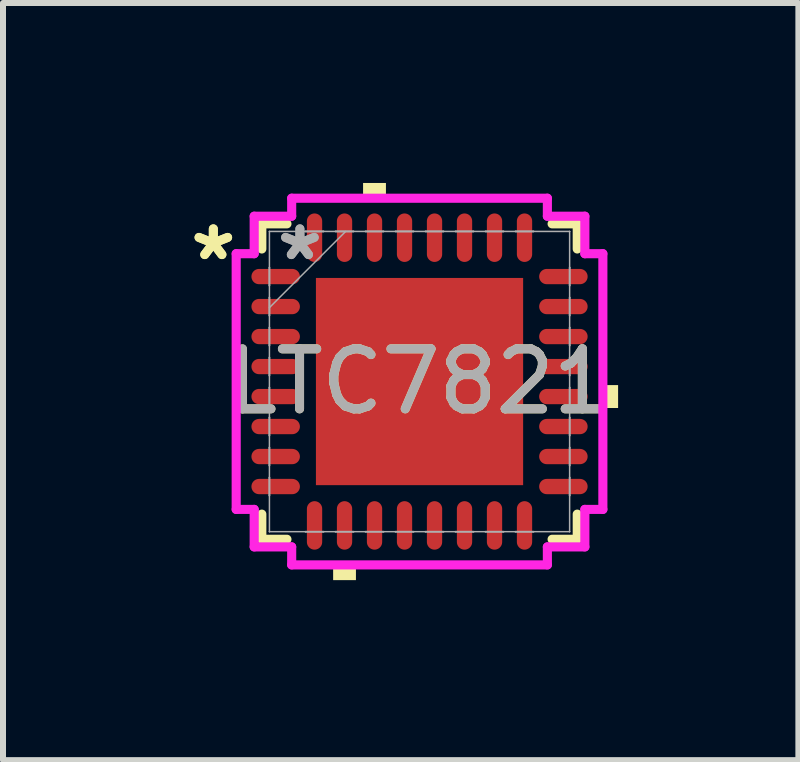
<source format=kicad_pcb>
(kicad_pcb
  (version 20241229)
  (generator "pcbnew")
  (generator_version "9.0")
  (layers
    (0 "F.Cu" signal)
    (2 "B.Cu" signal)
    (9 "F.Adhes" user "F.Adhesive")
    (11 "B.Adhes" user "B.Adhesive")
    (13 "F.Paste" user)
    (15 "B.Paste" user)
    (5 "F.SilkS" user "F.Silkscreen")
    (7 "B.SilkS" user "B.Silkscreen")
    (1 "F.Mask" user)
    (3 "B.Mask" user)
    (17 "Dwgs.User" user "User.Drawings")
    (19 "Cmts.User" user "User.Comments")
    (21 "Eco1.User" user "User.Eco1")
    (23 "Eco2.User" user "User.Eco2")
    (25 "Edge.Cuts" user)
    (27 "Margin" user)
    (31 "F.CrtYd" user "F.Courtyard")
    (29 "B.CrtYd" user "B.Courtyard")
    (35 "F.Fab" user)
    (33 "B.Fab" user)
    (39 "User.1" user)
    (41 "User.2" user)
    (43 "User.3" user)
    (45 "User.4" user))
  (footprint "LTC7821"
    (layer "F.Cu")
    (at 3.943 3.31)
    (property "Reference" "LTC7821" (at 0 0 0) (unlocked yes) (layer "F.SilkS") (effects (font (size 1 1) (thickness 0.15))))
    (attr smd)
    (fp_line (start -2.629 -2.629) (end -2.629 -2.21) (stroke (width 0.152) (type solid)) (layer "F.SilkS"))
    (fp_line (start -2.629 2.21) (end -2.629 2.629) (stroke (width 0.152) (type solid)) (layer "F.SilkS"))
    (fp_line (start -2.629 2.629) (end -2.21 2.629) (stroke (width 0.152) (type solid)) (layer "F.SilkS"))
    (fp_line (start -2.21 -2.629) (end -2.629 -2.629) (stroke (width 0.152) (type solid)) (layer "F.SilkS"))
    (fp_line (start 2.21 2.629) (end 2.629 2.629) (stroke (width 0.152) (type solid)) (layer "F.SilkS"))
    (fp_line (start 2.629 -2.629) (end 2.21 -2.629) (stroke (width 0.152) (type solid)) (layer "F.SilkS"))
    (fp_line (start 2.629 -2.21) (end 2.629 -2.629) (stroke (width 0.152) (type solid)) (layer "F.SilkS"))
    (fp_line (start 2.629 2.629) (end 2.629 2.21) (stroke (width 0.152) (type solid)) (layer "F.SilkS"))
    (fp_poly (pts (xy -1.44 3.056) (xy -1.44 3.31) (xy -1.06 3.31) (xy -1.06 3.056)) (stroke (width 0) (type solid)) (fill yes) (layer "F.SilkS"))
    (fp_poly (pts (xy -0.941 -3.056) (xy -0.941 -3.31) (xy -0.56 -3.31) (xy -0.56 -3.056)) (stroke (width 0) (type solid)) (fill yes) (layer "F.SilkS"))
    (fp_poly (pts (xy 3.31 0.059) (xy 3.31 0.441) (xy 3.056 0.441) (xy 3.056 0.059)) (stroke (width 0) (type solid)) (fill yes) (layer "F.SilkS"))
    (fp_poly (pts (xy -1.627 -1.627) (xy -1.627 -0.1) (xy -0.1 -0.1) (xy -0.1 -1.627)) (stroke (width 0) (type solid)) (fill yes) (layer "F.Paste"))
    (fp_poly (pts (xy -1.627 0.1) (xy -1.627 1.627) (xy -0.1 1.627) (xy -0.1 0.1)) (stroke (width 0) (type solid)) (fill yes) (layer "F.Paste"))
    (fp_poly (pts (xy 0.1 -1.627) (xy 0.1 -0.1) (xy 1.627 -0.1) (xy 1.627 -1.627)) (stroke (width 0) (type solid)) (fill yes) (layer "F.Paste"))
    (fp_poly (pts (xy 0.1 0.1) (xy 0.1 1.627) (xy 1.627 1.627) (xy 1.627 0.1)) (stroke (width 0) (type solid)) (fill yes) (layer "F.Paste"))
    (fp_line (start -3.056 -2.131) (end -2.756 -2.131) (stroke (width 0.152) (type solid)) (layer "F.CrtYd"))
    (fp_line (start -3.056 2.131) (end -3.056 -2.131) (stroke (width 0.152) (type solid)) (layer "F.CrtYd"))
    (fp_line (start -2.756 -2.756) (end -2.131 -2.756) (stroke (width 0.152) (type solid)) (layer "F.CrtYd"))
    (fp_line (start -2.756 -2.131) (end -2.756 -2.756) (stroke (width 0.152) (type solid)) (layer "F.CrtYd"))
    (fp_line (start -2.756 2.131) (end -3.056 2.131) (stroke (width 0.152) (type solid)) (layer "F.CrtYd"))
    (fp_line (start -2.756 2.756) (end -2.756 2.131) (stroke (width 0.152) (type solid)) (layer "F.CrtYd"))
    (fp_line (start -2.131 -3.056) (end 2.131 -3.056) (stroke (width 0.152) (type solid)) (layer "F.CrtYd"))
    (fp_line (start -2.131 -2.756) (end -2.131 -3.056) (stroke (width 0.152) (type solid)) (layer "F.CrtYd"))
    (fp_line (start -2.131 2.756) (end -2.756 2.756) (stroke (width 0.152) (type solid)) (layer "F.CrtYd"))
    (fp_line (start -2.131 3.056) (end -2.131 2.756) (stroke (width 0.152) (type solid)) (layer "F.CrtYd"))
    (fp_line (start 2.131 -3.056) (end 2.131 -2.756) (stroke (width 0.152) (type solid)) (layer "F.CrtYd"))
    (fp_line (start 2.131 -2.756) (end 2.756 -2.756) (stroke (width 0.152) (type solid)) (layer "F.CrtYd"))
    (fp_line (start 2.131 2.756) (end 2.131 3.056) (stroke (width 0.152) (type solid)) (layer "F.CrtYd"))
    (fp_line (start 2.131 3.056) (end -2.131 3.056) (stroke (width 0.152) (type solid)) (layer "F.CrtYd"))
    (fp_line (start 2.756 -2.756) (end 2.756 -2.131) (stroke (width 0.152) (type solid)) (layer "F.CrtYd"))
    (fp_line (start 2.756 -2.131) (end 3.056 -2.131) (stroke (width 0.152) (type solid)) (layer "F.CrtYd"))
    (fp_line (start 2.756 2.131) (end 2.756 2.756) (stroke (width 0.152) (type solid)) (layer "F.CrtYd"))
    (fp_line (start 2.756 2.756) (end 2.131 2.756) (stroke (width 0.152) (type solid)) (layer "F.CrtYd"))
    (fp_line (start 3.056 -2.131) (end 3.056 2.131) (stroke (width 0.152) (type solid)) (layer "F.CrtYd"))
    (fp_line (start 3.056 2.131) (end 2.756 2.131) (stroke (width 0.152) (type solid)) (layer "F.CrtYd"))
    (fp_line (start -2.502 -2.502) (end -2.502 -2.502) (stroke (width 0.025) (type solid)) (layer "F.Fab"))
    (fp_line (start -2.502 -2.502) (end -2.502 2.502) (stroke (width 0.025) (type solid)) (layer "F.Fab"))
    (fp_line (start -2.502 -1.902) (end -2.502 -1.902) (stroke (width 0.025) (type solid)) (layer "F.Fab"))
    (fp_line (start -2.502 -1.902) (end -2.502 -1.598) (stroke (width 0.025) (type solid)) (layer "F.Fab"))
    (fp_line (start -2.502 -1.598) (end -2.502 -1.902) (stroke (width 0.025) (type solid)) (layer "F.Fab"))
    (fp_line (start -2.502 -1.598) (end -2.502 -1.598) (stroke (width 0.025) (type solid)) (layer "F.Fab"))
    (fp_line (start -2.502 -1.402) (end -2.502 -1.402) (stroke (width 0.025) (type solid)) (layer "F.Fab"))
    (fp_line (start -2.502 -1.402) (end -2.502 -1.098) (stroke (width 0.025) (type solid)) (layer "F.Fab"))
    (fp_line (start -2.502 -1.232) (end -1.232 -2.502) (stroke (width 0.025) (type solid)) (layer "F.Fab"))
    (fp_line (start -2.502 -1.098) (end -2.502 -1.402) (stroke (width 0.025) (type solid)) (layer "F.Fab"))
    (fp_line (start -2.502 -1.098) (end -2.502 -1.098) (stroke (width 0.025) (type solid)) (layer "F.Fab"))
    (fp_line (start -2.502 -0.902) (end -2.502 -0.902) (stroke (width 0.025) (type solid)) (layer "F.Fab"))
    (fp_line (start -2.502 -0.902) (end -2.502 -0.598) (stroke (width 0.025) (type solid)) (layer "F.Fab"))
    (fp_line (start -2.502 -0.598) (end -2.502 -0.902) (stroke (width 0.025) (type solid)) (layer "F.Fab"))
    (fp_line (start -2.502 -0.598) (end -2.502 -0.598) (stroke (width 0.025) (type solid)) (layer "F.Fab"))
    (fp_line (start -2.502 -0.402) (end -2.502 -0.402) (stroke (width 0.025) (type solid)) (layer "F.Fab"))
    (fp_line (start -2.502 -0.402) (end -2.502 -0.098) (stroke (width 0.025) (type solid)) (layer "F.Fab"))
    (fp_line (start -2.502 -0.098) (end -2.502 -0.402) (stroke (width 0.025) (type solid)) (layer "F.Fab"))
    (fp_line (start -2.502 -0.098) (end -2.502 -0.098) (stroke (width 0.025) (type solid)) (layer "F.Fab"))
    (fp_line (start -2.502 0.098) (end -2.502 0.098) (stroke (width 0.025) (type solid)) (layer "F.Fab"))
    (fp_line (start -2.502 0.098) (end -2.502 0.402) (stroke (width 0.025) (type solid)) (layer "F.Fab"))
    (fp_line (start -2.502 0.402) (end -2.502 0.098) (stroke (width 0.025) (type solid)) (layer "F.Fab"))
    (fp_line (start -2.502 0.402) (end -2.502 0.402) (stroke (width 0.025) (type solid)) (layer "F.Fab"))
    (fp_line (start -2.502 0.598) (end -2.502 0.598) (stroke (width 0.025) (type solid)) (layer "F.Fab"))
    (fp_line (start -2.502 0.598) (end -2.502 0.902) (stroke (width 0.025) (type solid)) (layer "F.Fab"))
    (fp_line (start -2.502 0.902) (end -2.502 0.598) (stroke (width 0.025) (type solid)) (layer "F.Fab"))
    (fp_line (start -2.502 0.902) (end -2.502 0.902) (stroke (width 0.025) (type solid)) (layer "F.Fab"))
    (fp_line (start -2.502 1.098) (end -2.502 1.098) (stroke (width 0.025) (type solid)) (layer "F.Fab"))
    (fp_line (start -2.502 1.098) (end -2.502 1.402) (stroke (width 0.025) (type solid)) (layer "F.Fab"))
    (fp_line (start -2.502 1.402) (end -2.502 1.098) (stroke (width 0.025) (type solid)) (layer "F.Fab"))
    (fp_line (start -2.502 1.402) (end -2.502 1.402) (stroke (width 0.025) (type solid)) (layer "F.Fab"))
    (fp_line (start -2.502 1.598) (end -2.502 1.598) (stroke (width 0.025) (type solid)) (layer "F.Fab"))
    (fp_line (start -2.502 1.598) (end -2.502 1.902) (stroke (width 0.025) (type solid)) (layer "F.Fab"))
    (fp_line (start -2.502 1.902) (end -2.502 1.598) (stroke (width 0.025) (type solid)) (layer "F.Fab"))
    (fp_line (start -2.502 1.902) (end -2.502 1.902) (stroke (width 0.025) (type solid)) (layer "F.Fab"))
    (fp_line (start -2.502 2.502) (end -2.502 2.502) (stroke (width 0.025) (type solid)) (layer "F.Fab"))
    (fp_line (start -2.502 2.502) (end 2.502 2.502) (stroke (width 0.025) (type solid)) (layer "F.Fab"))
    (fp_line (start -1.902 -2.502) (end -1.902 -2.502) (stroke (width 0.025) (type solid)) (layer "F.Fab"))
    (fp_line (start -1.902 -2.502) (end -1.598 -2.502) (stroke (width 0.025) (type solid)) (layer "F.Fab"))
    (fp_line (start -1.902 2.502) (end -1.902 2.502) (stroke (width 0.025) (type solid)) (layer "F.Fab"))
    (fp_line (start -1.902 2.502) (end -1.598 2.502) (stroke (width 0.025) (type solid)) (layer "F.Fab"))
    (fp_line (start -1.598 -2.502) (end -1.902 -2.502) (stroke (width 0.025) (type solid)) (layer "F.Fab"))
    (fp_line (start -1.598 -2.502) (end -1.598 -2.502) (stroke (width 0.025) (type solid)) (layer "F.Fab"))
    (fp_line (start -1.598 2.502) (end -1.902 2.502) (stroke (width 0.025) (type solid)) (layer "F.Fab"))
    (fp_line (start -1.598 2.502) (end -1.598 2.502) (stroke (width 0.025) (type solid)) (layer "F.Fab"))
    (fp_line (start -1.402 -2.502) (end -1.402 -2.502) (stroke (width 0.025) (type solid)) (layer "F.Fab"))
    (fp_line (start -1.402 -2.502) (end -1.098 -2.502) (stroke (width 0.025) (type solid)) (layer "F.Fab"))
    (fp_line (start -1.402 2.502) (end -1.402 2.502) (stroke (width 0.025) (type solid)) (layer "F.Fab"))
    (fp_line (start -1.402 2.502) (end -1.098 2.502) (stroke (width 0.025) (type solid)) (layer "F.Fab"))
    (fp_line (start -1.098 -2.502) (end -1.402 -2.502) (stroke (width 0.025) (type solid)) (layer "F.Fab"))
    (fp_line (start -1.098 -2.502) (end -1.098 -2.502) (stroke (width 0.025) (type solid)) (layer "F.Fab"))
    (fp_line (start -1.098 2.502) (end -1.402 2.502) (stroke (width 0.025) (type solid)) (layer "F.Fab"))
    (fp_line (start -1.098 2.502) (end -1.098 2.502) (stroke (width 0.025) (type solid)) (layer "F.Fab"))
    (fp_line (start -0.902 -2.502) (end -0.902 -2.502) (stroke (width 0.025) (type solid)) (layer "F.Fab"))
    (fp_line (start -0.902 -2.502) (end -0.598 -2.502) (stroke (width 0.025) (type solid)) (layer "F.Fab"))
    (fp_line (start -0.902 2.502) (end -0.902 2.502) (stroke (width 0.025) (type solid)) (layer "F.Fab"))
    (fp_line (start -0.902 2.502) (end -0.598 2.502) (stroke (width 0.025) (type solid)) (layer "F.Fab"))
    (fp_line (start -0.598 -2.502) (end -0.902 -2.502) (stroke (width 0.025) (type solid)) (layer "F.Fab"))
    (fp_line (start -0.598 -2.502) (end -0.598 -2.502) (stroke (width 0.025) (type solid)) (layer "F.Fab"))
    (fp_line (start -0.598 2.502) (end -0.902 2.502) (stroke (width 0.025) (type solid)) (layer "F.Fab"))
    (fp_line (start -0.598 2.502) (end -0.598 2.502) (stroke (width 0.025) (type solid)) (layer "F.Fab"))
    (fp_line (start -0.402 -2.502) (end -0.402 -2.502) (stroke (width 0.025) (type solid)) (layer "F.Fab"))
    (fp_line (start -0.402 -2.502) (end -0.098 -2.502) (stroke (width 0.025) (type solid)) (layer "F.Fab"))
    (fp_line (start -0.402 2.502) (end -0.402 2.502) (stroke (width 0.025) (type solid)) (layer "F.Fab"))
    (fp_line (start -0.402 2.502) (end -0.098 2.502) (stroke (width 0.025) (type solid)) (layer "F.Fab"))
    (fp_line (start -0.098 -2.502) (end -0.402 -2.502) (stroke (width 0.025) (type solid)) (layer "F.Fab"))
    (fp_line (start -0.098 -2.502) (end -0.098 -2.502) (stroke (width 0.025) (type solid)) (layer "F.Fab"))
    (fp_line (start -0.098 2.502) (end -0.402 2.502) (stroke (width 0.025) (type solid)) (layer "F.Fab"))
    (fp_line (start -0.098 2.502) (end -0.098 2.502) (stroke (width 0.025) (type solid)) (layer "F.Fab"))
    (fp_line (start 0.098 -2.502) (end 0.098 -2.502) (stroke (width 0.025) (type solid)) (layer "F.Fab"))
    (fp_line (start 0.098 -2.502) (end 0.402 -2.502) (stroke (width 0.025) (type solid)) (layer "F.Fab"))
    (fp_line (start 0.098 2.502) (end 0.098 2.502) (stroke (width 0.025) (type solid)) (layer "F.Fab"))
    (fp_line (start 0.098 2.502) (end 0.402 2.502) (stroke (width 0.025) (type solid)) (layer "F.Fab"))
    (fp_line (start 0.402 -2.502) (end 0.098 -2.502) (stroke (width 0.025) (type solid)) (layer "F.Fab"))
    (fp_line (start 0.402 -2.502) (end 0.402 -2.502) (stroke (width 0.025) (type solid)) (layer "F.Fab"))
    (fp_line (start 0.402 2.502) (end 0.098 2.502) (stroke (width 0.025) (type solid)) (layer "F.Fab"))
    (fp_line (start 0.402 2.502) (end 0.402 2.502) (stroke (width 0.025) (type solid)) (layer "F.Fab"))
    (fp_line (start 0.598 -2.502) (end 0.598 -2.502) (stroke (width 0.025) (type solid)) (layer "F.Fab"))
    (fp_line (start 0.598 -2.502) (end 0.902 -2.502) (stroke (width 0.025) (type solid)) (layer "F.Fab"))
    (fp_line (start 0.598 2.502) (end 0.598 2.502) (stroke (width 0.025) (type solid)) (layer "F.Fab"))
    (fp_line (start 0.598 2.502) (end 0.902 2.502) (stroke (width 0.025) (type solid)) (layer "F.Fab"))
    (fp_line (start 0.902 -2.502) (end 0.598 -2.502) (stroke (width 0.025) (type solid)) (layer "F.Fab"))
    (fp_line (start 0.902 -2.502) (end 0.902 -2.502) (stroke (width 0.025) (type solid)) (layer "F.Fab"))
    (fp_line (start 0.902 2.502) (end 0.598 2.502) (stroke (width 0.025) (type solid)) (layer "F.Fab"))
    (fp_line (start 0.902 2.502) (end 0.902 2.502) (stroke (width 0.025) (type solid)) (layer "F.Fab"))
    (fp_line (start 1.098 -2.502) (end 1.098 -2.502) (stroke (width 0.025) (type solid)) (layer "F.Fab"))
    (fp_line (start 1.098 -2.502) (end 1.402 -2.502) (stroke (width 0.025) (type solid)) (layer "F.Fab"))
    (fp_line (start 1.098 2.502) (end 1.098 2.502) (stroke (width 0.025) (type solid)) (layer "F.Fab"))
    (fp_line (start 1.098 2.502) (end 1.402 2.502) (stroke (width 0.025) (type solid)) (layer "F.Fab"))
    (fp_line (start 1.402 -2.502) (end 1.098 -2.502) (stroke (width 0.025) (type solid)) (layer "F.Fab"))
    (fp_line (start 1.402 -2.502) (end 1.402 -2.502) (stroke (width 0.025) (type solid)) (layer "F.Fab"))
    (fp_line (start 1.402 2.502) (end 1.098 2.502) (stroke (width 0.025) (type solid)) (layer "F.Fab"))
    (fp_line (start 1.402 2.502) (end 1.402 2.502) (stroke (width 0.025) (type solid)) (layer "F.Fab"))
    (fp_line (start 1.598 -2.502) (end 1.598 -2.502) (stroke (width 0.025) (type solid)) (layer "F.Fab"))
    (fp_line (start 1.598 -2.502) (end 1.902 -2.502) (stroke (width 0.025) (type solid)) (layer "F.Fab"))
    (fp_line (start 1.598 2.502) (end 1.598 2.502) (stroke (width 0.025) (type solid)) (layer "F.Fab"))
    (fp_line (start 1.598 2.502) (end 1.902 2.502) (stroke (width 0.025) (type solid)) (layer "F.Fab"))
    (fp_line (start 1.902 -2.502) (end 1.598 -2.502) (stroke (width 0.025) (type solid)) (layer "F.Fab"))
    (fp_line (start 1.902 -2.502) (end 1.902 -2.502) (stroke (width 0.025) (type solid)) (layer "F.Fab"))
    (fp_line (start 1.902 2.502) (end 1.598 2.502) (stroke (width 0.025) (type solid)) (layer "F.Fab"))
    (fp_line (start 1.902 2.502) (end 1.902 2.502) (stroke (width 0.025) (type solid)) (layer "F.Fab"))
    (fp_line (start 2.502 -2.502) (end -2.502 -2.502) (stroke (width 0.025) (type solid)) (layer "F.Fab"))
    (fp_line (start 2.502 -2.502) (end 2.502 -2.502) (stroke (width 0.025) (type solid)) (layer "F.Fab"))
    (fp_line (start 2.502 -1.902) (end 2.502 -1.902) (stroke (width 0.025) (type solid)) (layer "F.Fab"))
    (fp_line (start 2.502 -1.902) (end 2.502 -1.598) (stroke (width 0.025) (type solid)) (layer "F.Fab"))
    (fp_line (start 2.502 -1.598) (end 2.502 -1.902) (stroke (width 0.025) (type solid)) (layer "F.Fab"))
    (fp_line (start 2.502 -1.598) (end 2.502 -1.598) (stroke (width 0.025) (type solid)) (layer "F.Fab"))
    (fp_line (start 2.502 -1.402) (end 2.502 -1.402) (stroke (width 0.025) (type solid)) (layer "F.Fab"))
    (fp_line (start 2.502 -1.402) (end 2.502 -1.098) (stroke (width 0.025) (type solid)) (layer "F.Fab"))
    (fp_line (start 2.502 -1.098) (end 2.502 -1.402) (stroke (width 0.025) (type solid)) (layer "F.Fab"))
    (fp_line (start 2.502 -1.098) (end 2.502 -1.098) (stroke (width 0.025) (type solid)) (layer "F.Fab"))
    (fp_line (start 2.502 -0.902) (end 2.502 -0.902) (stroke (width 0.025) (type solid)) (layer "F.Fab"))
    (fp_line (start 2.502 -0.902) (end 2.502 -0.598) (stroke (width 0.025) (type solid)) (layer "F.Fab"))
    (fp_line (start 2.502 -0.598) (end 2.502 -0.902) (stroke (width 0.025) (type solid)) (layer "F.Fab"))
    (fp_line (start 2.502 -0.598) (end 2.502 -0.598) (stroke (width 0.025) (type solid)) (layer "F.Fab"))
    (fp_line (start 2.502 -0.402) (end 2.502 -0.402) (stroke (width 0.025) (type solid)) (layer "F.Fab"))
    (fp_line (start 2.502 -0.402) (end 2.502 -0.098) (stroke (width 0.025) (type solid)) (layer "F.Fab"))
    (fp_line (start 2.502 -0.098) (end 2.502 -0.402) (stroke (width 0.025) (type solid)) (layer "F.Fab"))
    (fp_line (start 2.502 -0.098) (end 2.502 -0.098) (stroke (width 0.025) (type solid)) (layer "F.Fab"))
    (fp_line (start 2.502 0.098) (end 2.502 0.098) (stroke (width 0.025) (type solid)) (layer "F.Fab"))
    (fp_line (start 2.502 0.098) (end 2.502 0.402) (stroke (width 0.025) (type solid)) (layer "F.Fab"))
    (fp_line (start 2.502 0.402) (end 2.502 0.098) (stroke (width 0.025) (type solid)) (layer "F.Fab"))
    (fp_line (start 2.502 0.402) (end 2.502 0.402) (stroke (width 0.025) (type solid)) (layer "F.Fab"))
    (fp_line (start 2.502 0.598) (end 2.502 0.598) (stroke (width 0.025) (type solid)) (layer "F.Fab"))
    (fp_line (start 2.502 0.598) (end 2.502 0.902) (stroke (width 0.025) (type solid)) (layer "F.Fab"))
    (fp_line (start 2.502 0.902) (end 2.502 0.598) (stroke (width 0.025) (type solid)) (layer "F.Fab"))
    (fp_line (start 2.502 0.902) (end 2.502 0.902) (stroke (width 0.025) (type solid)) (layer "F.Fab"))
    (fp_line (start 2.502 1.098) (end 2.502 1.098) (stroke (width 0.025) (type solid)) (layer "F.Fab"))
    (fp_line (start 2.502 1.098) (end 2.502 1.402) (stroke (width 0.025) (type solid)) (layer "F.Fab"))
    (fp_line (start 2.502 1.402) (end 2.502 1.098) (stroke (width 0.025) (type solid)) (layer "F.Fab"))
    (fp_line (start 2.502 1.402) (end 2.502 1.402) (stroke (width 0.025) (type solid)) (layer "F.Fab"))
    (fp_line (start 2.502 1.598) (end 2.502 1.598) (stroke (width 0.025) (type solid)) (layer "F.Fab"))
    (fp_line (start 2.502 1.598) (end 2.502 1.902) (stroke (width 0.025) (type solid)) (layer "F.Fab"))
    (fp_line (start 2.502 1.902) (end 2.502 1.598) (stroke (width 0.025) (type solid)) (layer "F.Fab"))
    (fp_line (start 2.502 1.902) (end 2.502 1.902) (stroke (width 0.025) (type solid)) (layer "F.Fab"))
    (fp_line (start 2.502 2.502) (end 2.502 -2.502) (stroke (width 0.025) (type solid)) (layer "F.Fab"))
    (fp_line (start 2.502 2.502) (end 2.502 2.502) (stroke (width 0.025) (type solid)) (layer "F.Fab"))
    (fp_text user "*" (at -3.437 -2 0) (unlocked yes) (layer "F.SilkS") (effects (font (size 1 1) (thickness 0.15))))
    (fp_text user "*" (at -3.437 -2 0) (layer "F.SilkS") (effects (font (size 1 1) (thickness 0.15))))
    (fp_text user "${REFERENCE}" (at 0 0 0) (unlocked yes) (layer "F.Fab") (effects (font (size 1 1) (thickness 0.15))))
    (fp_text user "*" (at -1.994 -2 0) (unlocked yes) (layer "F.Fab") (effects (font (size 1 1) (thickness 0.15))))
    (fp_text user "*" (at -1.994 -2 0) (layer "F.Fab") (effects (font (size 1 1) (thickness 0.15))))
    (pad "1" smd oval (at -2.398 -1.75 90) (size 0.255 0.808) (layers "F.Cu" "F.Mask" "F.Paste"))
    (pad "2" smd oval (at -2.398 -1.25 90) (size 0.255 0.808) (layers "F.Cu" "F.Mask" "F.Paste"))
    (pad "3" smd oval (at -2.398 -0.75 90) (size 0.255 0.808) (layers "F.Cu" "F.Mask" "F.Paste"))
    (pad "4" smd oval (at -2.398 -0.25 90) (size 0.255 0.808) (layers "F.Cu" "F.Mask" "F.Paste"))
    (pad "5" smd oval (at -2.398 0.25 90) (size 0.255 0.808) (layers "F.Cu" "F.Mask" "F.Paste"))
    (pad "6" smd oval (at -2.398 0.75 90) (size 0.255 0.808) (layers "F.Cu" "F.Mask" "F.Paste"))
    (pad "7" smd oval (at -2.398 1.25 90) (size 0.255 0.808) (layers "F.Cu" "F.Mask" "F.Paste"))
    (pad "8" smd oval (at -2.398 1.75 90) (size 0.255 0.808) (layers "F.Cu" "F.Mask" "F.Paste"))
    (pad "9" smd oval (at -1.75 2.398) (size 0.255 0.808) (layers "F.Cu" "F.Mask" "F.Paste"))
    (pad "10" smd oval (at -1.25 2.398) (size 0.255 0.808) (layers "F.Cu" "F.Mask" "F.Paste"))
    (pad "11" smd oval (at -0.75 2.398) (size 0.255 0.808) (layers "F.Cu" "F.Mask" "F.Paste"))
    (pad "12" smd oval (at -0.25 2.398) (size 0.255 0.808) (layers "F.Cu" "F.Mask" "F.Paste"))
    (pad "13" smd oval (at 0.25 2.398) (size 0.255 0.808) (layers "F.Cu" "F.Mask" "F.Paste"))
    (pad "14" smd oval (at 0.75 2.398) (size 0.255 0.808) (layers "F.Cu" "F.Mask" "F.Paste"))
    (pad "15" smd oval (at 1.25 2.398) (size 0.255 0.808) (layers "F.Cu" "F.Mask" "F.Paste"))
    (pad "16" smd oval (at 1.75 2.398) (size 0.255 0.808) (layers "F.Cu" "F.Mask" "F.Paste"))
    (pad "17" smd oval (at 2.398 1.75 90) (size 0.255 0.808) (layers "F.Cu" "F.Mask" "F.Paste"))
    (pad "18" smd oval (at 2.398 1.25 90) (size 0.255 0.808) (layers "F.Cu" "F.Mask" "F.Paste"))
    (pad "19" smd oval (at 2.398 0.75 90) (size 0.255 0.808) (layers "F.Cu" "F.Mask" "F.Paste"))
    (pad "20" smd oval (at 2.398 0.25 90) (size 0.255 0.808) (layers "F.Cu" "F.Mask" "F.Paste"))
    (pad "21" smd oval (at 2.398 -0.25 90) (size 0.255 0.808) (layers "F.Cu" "F.Mask" "F.Paste"))
    (pad "22" smd oval (at 2.398 -0.75 90) (size 0.255 0.808) (layers "F.Cu" "F.Mask" "F.Paste"))
    (pad "23" smd oval (at 2.398 -1.25 90) (size 0.255 0.808) (layers "F.Cu" "F.Mask" "F.Paste"))
    (pad "24" smd oval (at 2.398 -1.75 90) (size 0.255 0.808) (layers "F.Cu" "F.Mask" "F.Paste"))
    (pad "25" smd oval (at 1.75 -2.398) (size 0.255 0.808) (layers "F.Cu" "F.Mask" "F.Paste"))
    (pad "26" smd oval (at 1.25 -2.398) (size 0.255 0.808) (layers "F.Cu" "F.Mask" "F.Paste"))
    (pad "27" smd oval (at 0.75 -2.398) (size 0.255 0.808) (layers "F.Cu" "F.Mask" "F.Paste"))
    (pad "28" smd oval (at 0.25 -2.398) (size 0.255 0.808) (layers "F.Cu" "F.Mask" "F.Paste"))
    (pad "29" smd oval (at -0.25 -2.398) (size 0.255 0.808) (layers "F.Cu" "F.Mask" "F.Paste"))
    (pad "30" smd oval (at -0.75 -2.398) (size 0.255 0.808) (layers "F.Cu" "F.Mask" "F.Paste"))
    (pad "31" smd oval (at -1.25 -2.398) (size 0.255 0.808) (layers "F.Cu" "F.Mask" "F.Paste"))
    (pad "32" smd oval (at -1.75 -2.398) (size 0.255 0.808) (layers "F.Cu" "F.Mask" "F.Paste"))
    (pad "33" smd rect (at 0 0) (size 3.454 3.454) (layers "F.Cu" "F.Mask")))
  (gr_rect
    (start -3 -3)
    (end 10.258 9.62)
    (stroke (width 0.1) (type default))
    (fill no)
    (layer "Edge.Cuts")))
</source>
